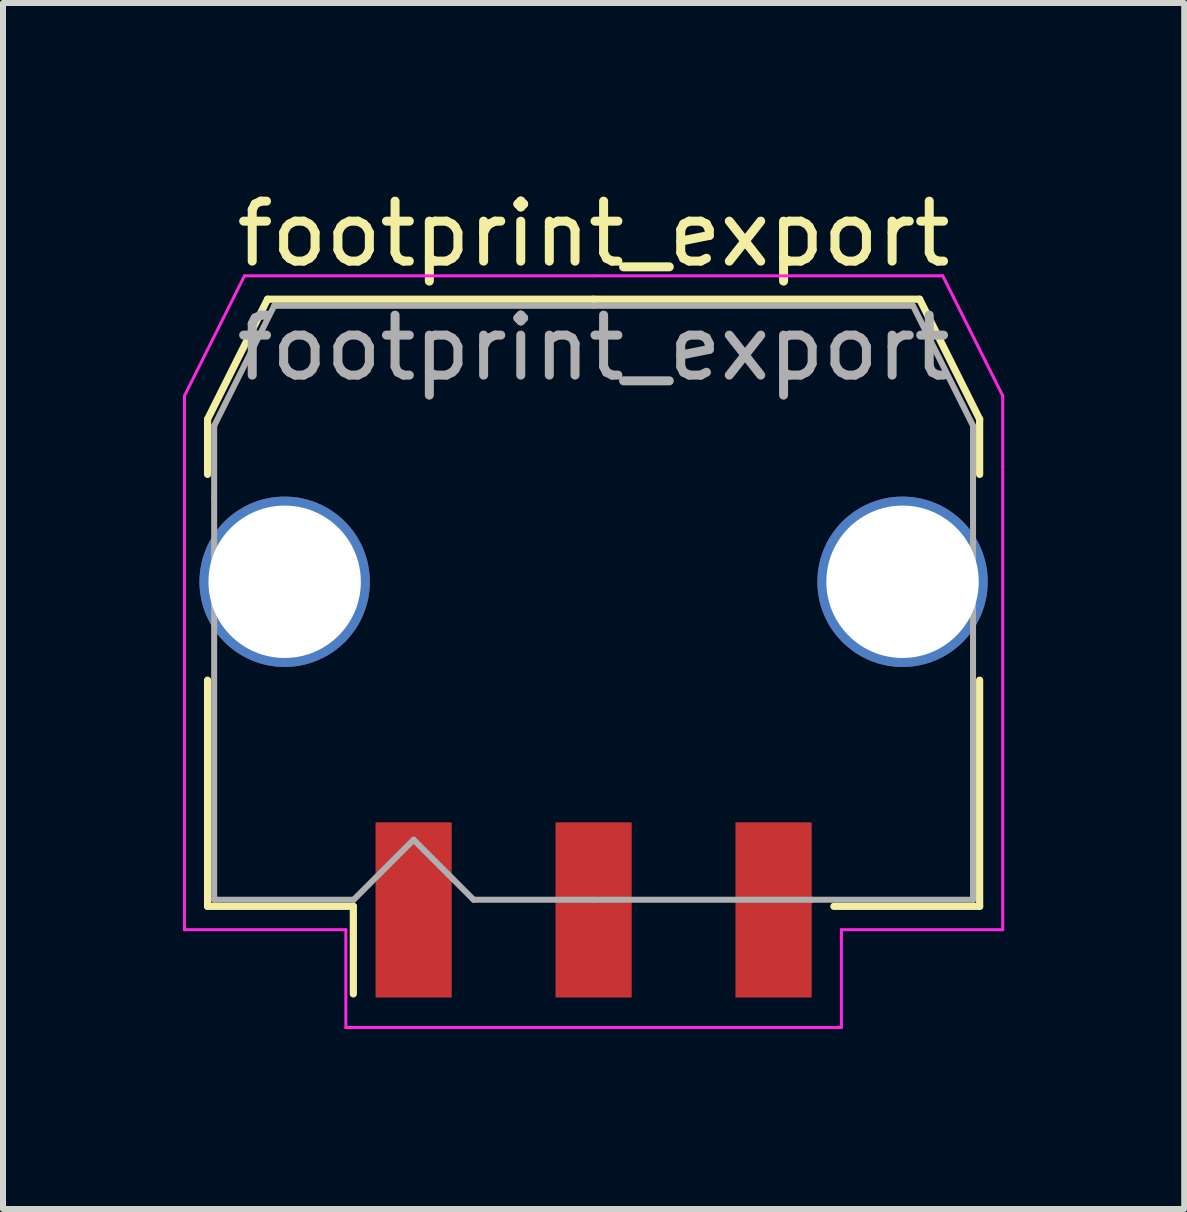
<source format=kicad_pcb>
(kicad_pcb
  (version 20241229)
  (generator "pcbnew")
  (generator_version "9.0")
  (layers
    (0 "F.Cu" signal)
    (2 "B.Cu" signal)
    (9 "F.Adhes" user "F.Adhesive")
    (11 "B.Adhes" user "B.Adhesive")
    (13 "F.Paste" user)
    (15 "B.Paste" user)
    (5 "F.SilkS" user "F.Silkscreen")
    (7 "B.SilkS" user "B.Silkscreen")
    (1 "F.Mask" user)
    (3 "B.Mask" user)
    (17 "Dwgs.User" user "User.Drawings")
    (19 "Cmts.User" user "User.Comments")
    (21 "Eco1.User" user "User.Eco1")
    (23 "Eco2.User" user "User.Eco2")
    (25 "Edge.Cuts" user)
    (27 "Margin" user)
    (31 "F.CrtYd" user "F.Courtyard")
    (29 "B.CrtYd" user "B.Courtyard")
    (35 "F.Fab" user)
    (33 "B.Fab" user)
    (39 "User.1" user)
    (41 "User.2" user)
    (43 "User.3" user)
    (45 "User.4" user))
  (footprint "footprint_export"
    (layer "F.Cu")
    (at 6.845 6.998)
    (property "Reference" "footprint_export" (at 0 -6.15 0) (layer "F.SilkS") (effects (font (size 1 1) (thickness 0.15))))
    (attr smd)
    (fp_line (start -6.435 -3.06) (end -6.435 -2.14) (stroke (width 0.12) (type solid)) (layer "F.SilkS"))
    (fp_line (start -6.435 1.29) (end -6.435 5.06) (stroke (width 0.12) (type solid)) (layer "F.SilkS"))
    (fp_line (start -6.435 5.06) (end -4.005 5.06) (stroke (width 0.12) (type solid)) (layer "F.SilkS"))
    (fp_line (start -5.435 -5.06) (end -6.435 -3.06) (stroke (width 0.12) (type solid)) (layer "F.SilkS"))
    (fp_line (start -4.005 5.06) (end -4.005 6.52) (stroke (width 0.12) (type solid)) (layer "F.SilkS"))
    (fp_line (start 0 -5.06) (end -5.435 -5.06) (stroke (width 0.12) (type solid)) (layer "F.SilkS"))
    (fp_line (start 0 -5.06) (end 5.435 -5.06) (stroke (width 0.12) (type solid)) (layer "F.SilkS"))
    (fp_line (start 5.435 -5.06) (end 6.435 -3.06) (stroke (width 0.12) (type solid)) (layer "F.SilkS"))
    (fp_line (start 6.435 -3.06) (end 6.435 -2.14) (stroke (width 0.12) (type solid)) (layer "F.SilkS"))
    (fp_line (start 6.435 1.29) (end 6.435 5.06) (stroke (width 0.12) (type solid)) (layer "F.SilkS"))
    (fp_line (start 6.435 5.06) (end 4.005 5.06) (stroke (width 0.12) (type solid)) (layer "F.SilkS"))
    (fp_line (start -6.82 -3.45) (end -6.82 -2.27) (stroke (width 0.05) (type solid)) (layer "F.CrtYd"))
    (fp_line (start -6.82 -2.27) (end -6.82 5.45) (stroke (width 0.05) (type solid)) (layer "F.CrtYd"))
    (fp_line (start -6.82 5.45) (end -4.13 5.45) (stroke (width 0.05) (type solid)) (layer "F.CrtYd"))
    (fp_line (start -5.82 -5.45) (end -6.82 -3.45) (stroke (width 0.05) (type solid)) (layer "F.CrtYd"))
    (fp_line (start -4.13 5.45) (end -4.13 7.08) (stroke (width 0.05) (type solid)) (layer "F.CrtYd"))
    (fp_line (start -4.13 7.08) (end 0 7.08) (stroke (width 0.05) (type solid)) (layer "F.CrtYd"))
    (fp_line (start 0 -5.45) (end -5.82 -5.45) (stroke (width 0.05) (type solid)) (layer "F.CrtYd"))
    (fp_line (start 0 -5.45) (end 5.82 -5.45) (stroke (width 0.05) (type solid)) (layer "F.CrtYd"))
    (fp_line (start 4.13 5.45) (end 4.13 7.08) (stroke (width 0.05) (type solid)) (layer "F.CrtYd"))
    (fp_line (start 4.13 7.08) (end 0 7.08) (stroke (width 0.05) (type solid)) (layer "F.CrtYd"))
    (fp_line (start 5.82 -5.45) (end 6.82 -3.45) (stroke (width 0.05) (type solid)) (layer "F.CrtYd"))
    (fp_line (start 6.82 -3.45) (end 6.82 -2.27) (stroke (width 0.05) (type solid)) (layer "F.CrtYd"))
    (fp_line (start 6.82 -2.27) (end 6.82 5.45) (stroke (width 0.05) (type solid)) (layer "F.CrtYd"))
    (fp_line (start 6.82 5.45) (end 4.13 5.45) (stroke (width 0.05) (type solid)) (layer "F.CrtYd"))
    (fp_line (start -6.325 -2.95) (end -6.325 -1.77) (stroke (width 0.1) (type solid)) (layer "F.Fab"))
    (fp_line (start -6.325 -1.77) (end -6.325 4.95) (stroke (width 0.1) (type solid)) (layer "F.Fab"))
    (fp_line (start -6.325 4.95) (end -4 4.95) (stroke (width 0.1) (type solid)) (layer "F.Fab"))
    (fp_line (start -5.325 -4.95) (end -6.325 -2.95) (stroke (width 0.1) (type solid)) (layer "F.Fab"))
    (fp_line (start -4 4.95) (end -3 3.95) (stroke (width 0.1) (type solid)) (layer "F.Fab"))
    (fp_line (start -3 3.95) (end -2 4.95) (stroke (width 0.1) (type solid)) (layer "F.Fab"))
    (fp_line (start -2 4.95) (end 0 4.95) (stroke (width 0.1) (type solid)) (layer "F.Fab"))
    (fp_line (start 0 -4.95) (end -5.325 -4.95) (stroke (width 0.1) (type solid)) (layer "F.Fab"))
    (fp_line (start 0 -4.95) (end 5.325 -4.95) (stroke (width 0.1) (type solid)) (layer "F.Fab"))
    (fp_line (start 3.635 4.95) (end 0 4.95) (stroke (width 0.1) (type solid)) (layer "F.Fab"))
    (fp_line (start 5.325 -4.95) (end 6.325 -2.95) (stroke (width 0.1) (type solid)) (layer "F.Fab"))
    (fp_line (start 6.325 -2.95) (end 6.325 -1.77) (stroke (width 0.1) (type solid)) (layer "F.Fab"))
    (fp_line (start 6.325 -1.77) (end 6.325 4.95) (stroke (width 0.1) (type solid)) (layer "F.Fab"))
    (fp_line (start 6.325 4.95) (end 3.635 4.95) (stroke (width 0.1) (type solid)) (layer "F.Fab"))
    (fp_text user "${REFERENCE}" (at 0 -4.25 0) (layer "F.Fab") (effects (font (size 1 1) (thickness 0.15))))
    (pad "1" smd rect (at -3 5.12) (size 1.27 2.92) (layers "F.Cu" "F.Mask" "F.Paste"))
    (pad "2" smd rect (at 0 5.12) (size 1.27 2.92) (layers "F.Cu" "F.Mask" "F.Paste"))
    (pad "3" smd rect (at 3 5.12) (size 1.27 2.92) (layers "F.Cu" "F.Mask" "F.Paste"))
    (pad "MP" thru_hole circle (at -5.15 -0.35) (size 2.84 2.84) (drill 2.54) (layers "*.Cu" "*.Mask"))
    (pad "MP" thru_hole circle (at 5.15 -0.35) (size 2.84 2.84) (drill 2.54) (layers "*.Cu" "*.Mask")))
  (gr_rect
    (start -3 -3)
    (end 16.69 17.103)
    (stroke (width 0.1) (type default))
    (fill no)
    (layer "Edge.Cuts")))
</source>
